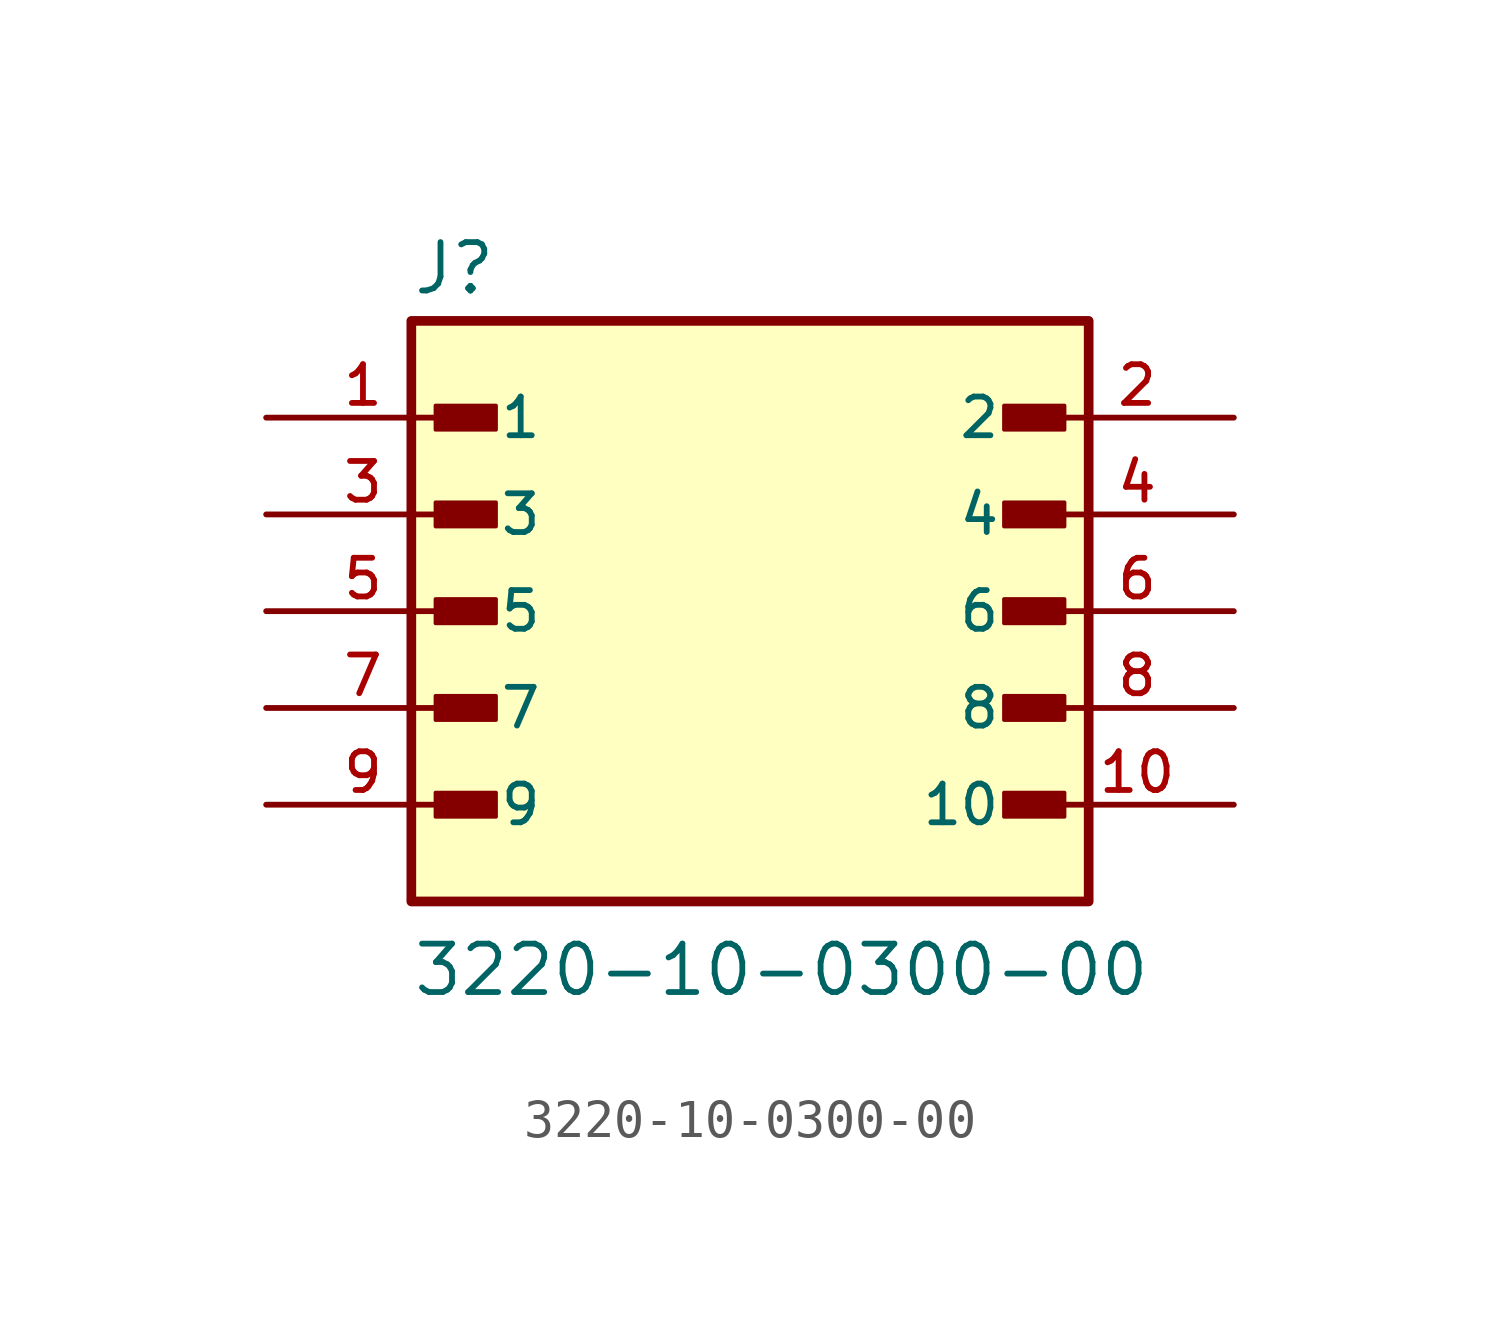
<source format=kicad_sym>
(kicad_symbol_lib
  (version 20211014)
  (generator kicad_symbol_editor)
  (symbol "3220-10-0300-00"
    (pin_names
      (offset 1.016))
    (property "Reference" "J"
      (at -8.89 8.255 0)
      (effects (font (size 1.27 1.27)) (justify left bottom)))
    (property "Value" "3220-10-0300-00"
      (at -8.89 -10.16 0)
      (effects (font (size 1.27 1.27)) (justify left bottom)))
    (symbol "3220-10-0300-00_0_0"
      (rectangle (start -8.89 -7.62) (end 8.89 7.62) (stroke (width 0.254) (type default) (color 0 0 0 0)) (fill (type background)))
      (rectangle (start -8.255 -5.397) (end -6.668 -4.763) (stroke (width 0.1) (type default) (color 0 0 0 0)) (fill (type outline)))
      (rectangle (start -8.255 -2.857) (end -6.668 -2.223) (stroke (width 0.1) (type default) (color 0 0 0 0)) (fill (type outline)))
      (rectangle (start -8.255 -0.318) (end -6.668 0.318) (stroke (width 0.1) (type default) (color 0 0 0 0)) (fill (type outline)))
      (rectangle (start -8.255 2.223) (end -6.668 2.857) (stroke (width 0.1) (type default) (color 0 0 0 0)) (fill (type outline)))
      (rectangle (start -8.255 4.763) (end -6.668 5.397) (stroke (width 0.1) (type default) (color 0 0 0 0)) (fill (type outline)))
      (rectangle (start 6.668 -5.397) (end 8.255 -4.763) (stroke (width 0.1) (type default) (color 0 0 0 0)) (fill (type outline)))
      (rectangle (start 6.668 -2.857) (end 8.255 -2.223) (stroke (width 0.1) (type default) (color 0 0 0 0)) (fill (type outline)))
      (rectangle (start 6.668 -0.318) (end 8.255 0.318) (stroke (width 0.1) (type default) (color 0 0 0 0)) (fill (type outline)))
      (rectangle (start 6.668 2.223) (end 8.255 2.857) (stroke (width 0.1) (type default) (color 0 0 0 0)) (fill (type outline)))
      (rectangle (start 6.668 4.763) (end 8.255 5.397) (stroke (width 0.1) (type default) (color 0 0 0 0)) (fill (type outline)))
      (pin passive line (at -12.7 5.08 0) (length 5.08) (name "1" (effects (font (size 1.016 1.016)))) (number "1" (effects (font (size 1.016 1.016)))))
      (pin passive line (at 12.7 -5.08 180) (length 5.08) (name "10" (effects (font (size 1.016 1.016)))) (number "10" (effects (font (size 1.016 1.016)))))
      (pin passive line (at 12.7 5.08 180) (length 5.08) (name "2" (effects (font (size 1.016 1.016)))) (number "2" (effects (font (size 1.016 1.016)))))
      (pin passive line (at -12.7 2.54 0) (length 5.08) (name "3" (effects (font (size 1.016 1.016)))) (number "3" (effects (font (size 1.016 1.016)))))
      (pin passive line (at 12.7 2.54 180) (length 5.08) (name "4" (effects (font (size 1.016 1.016)))) (number "4" (effects (font (size 1.016 1.016)))))
      (pin passive line (at -12.7 0 0) (length 5.08) (name "5" (effects (font (size 1.016 1.016)))) (number "5" (effects (font (size 1.016 1.016)))))
      (pin passive line (at 12.7 0 180) (length 5.08) (name "6" (effects (font (size 1.016 1.016)))) (number "6" (effects (font (size 1.016 1.016)))))
      (pin passive line (at -12.7 -2.54 0) (length 5.08) (name "7" (effects (font (size 1.016 1.016)))) (number "7" (effects (font (size 1.016 1.016)))))
      (pin passive line (at 12.7 -2.54 180) (length 5.08) (name "8" (effects (font (size 1.016 1.016)))) (number "8" (effects (font (size 1.016 1.016)))))
      (pin passive line (at -12.7 -5.08 0) (length 5.08) (name "9" (effects (font (size 1.016 1.016)))) (number "9" (effects (font (size 1.016 1.016))))))))
</source>
